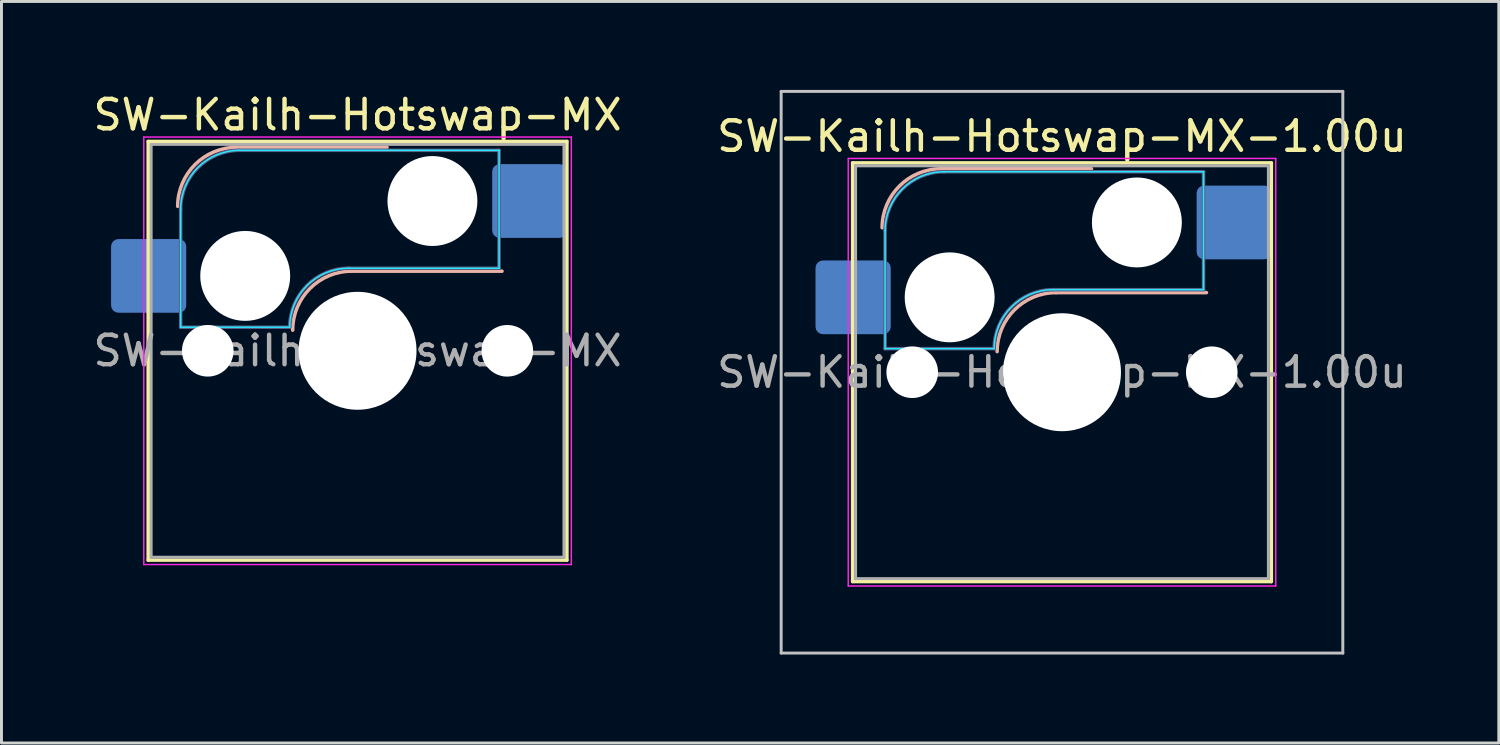
<source format=kicad_pcb>
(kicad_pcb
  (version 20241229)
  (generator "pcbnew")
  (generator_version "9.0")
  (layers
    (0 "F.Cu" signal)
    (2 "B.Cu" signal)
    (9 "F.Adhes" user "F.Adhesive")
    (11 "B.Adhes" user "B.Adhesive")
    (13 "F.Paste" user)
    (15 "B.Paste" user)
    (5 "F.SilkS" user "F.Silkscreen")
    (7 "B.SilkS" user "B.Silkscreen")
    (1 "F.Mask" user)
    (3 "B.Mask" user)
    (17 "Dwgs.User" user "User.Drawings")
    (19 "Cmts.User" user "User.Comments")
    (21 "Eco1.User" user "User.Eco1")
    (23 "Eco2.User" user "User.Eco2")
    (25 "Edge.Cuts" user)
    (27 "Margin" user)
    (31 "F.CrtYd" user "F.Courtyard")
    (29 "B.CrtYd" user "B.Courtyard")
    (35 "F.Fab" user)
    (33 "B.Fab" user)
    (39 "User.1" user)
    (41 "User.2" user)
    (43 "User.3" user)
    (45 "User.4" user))
  (footprint "SW-Kailh-Hotswap-MX-1.00u"
    (layer "F.Cu")
    (at 32.97 9.575)
    (property "Reference" "SW-Kailh-Hotswap-MX-1.00u" (at 0 -8 0) (layer "F.SilkS") (effects (font (size 1 1) (thickness 0.15))))
    (attr smd)
    (fp_line (start -7.1 -7.1) (end -7.1 7.1) (stroke (width 0.12) (type solid)) (layer "F.SilkS"))
    (fp_line (start -7.1 7.1) (end 7.1 7.1) (stroke (width 0.12) (type solid)) (layer "F.SilkS"))
    (fp_line (start 7.1 -7.1) (end -7.1 -7.1) (stroke (width 0.12) (type solid)) (layer "F.SilkS"))
    (fp_line (start 7.1 7.1) (end 7.1 -7.1) (stroke (width 0.12) (type solid)) (layer "F.SilkS"))
    (fp_line (start -4.1 -6.9) (end 1 -6.9) (stroke (width 0.12) (type solid)) (layer "B.SilkS"))
    (fp_line (start -0.2 -2.7) (end 4.9 -2.7) (stroke (width 0.12) (type solid)) (layer "B.SilkS"))
    (fp_arc (start -6.1 -4.9) (mid -5.514214 -6.314214) (end -4.1 -6.9) (stroke (width 0.12) (type solid)) (layer "B.SilkS"))
    (fp_arc (start -2.2 -0.7) (mid -1.614214 -2.114214) (end -0.2 -2.7) (stroke (width 0.12) (type solid)) (layer "B.SilkS"))
    (fp_line (start -9.525 -9.525) (end -9.525 9.525) (stroke (width 0.1) (type solid)) (layer "Dwgs.User"))
    (fp_line (start -9.525 9.525) (end 9.525 9.525) (stroke (width 0.1) (type solid)) (layer "Dwgs.User"))
    (fp_line (start 9.525 -9.525) (end -9.525 -9.525) (stroke (width 0.1) (type solid)) (layer "Dwgs.User"))
    (fp_line (start 9.525 9.525) (end 9.525 -9.525) (stroke (width 0.1) (type solid)) (layer "Dwgs.User"))
    (fp_line (start -7.8 -6) (end -7 -6) (stroke (width 0.1) (type solid)) (layer "Eco1.User"))
    (fp_line (start -7.8 -2.9) (end -7.8 -6) (stroke (width 0.1) (type solid)) (layer "Eco1.User"))
    (fp_line (start -7.8 2.9) (end -7 2.9) (stroke (width 0.1) (type solid)) (layer "Eco1.User"))
    (fp_line (start -7.8 6) (end -7.8 2.9) (stroke (width 0.1) (type solid)) (layer "Eco1.User"))
    (fp_line (start -7 -7) (end 7 -7) (stroke (width 0.1) (type solid)) (layer "Eco1.User"))
    (fp_line (start -7 -6) (end -7 -7) (stroke (width 0.1) (type solid)) (layer "Eco1.User"))
    (fp_line (start -7 -2.9) (end -7.8 -2.9) (stroke (width 0.1) (type solid)) (layer "Eco1.User"))
    (fp_line (start -7 2.9) (end -7 -2.9) (stroke (width 0.1) (type solid)) (layer "Eco1.User"))
    (fp_line (start -7 6) (end -7.8 6) (stroke (width 0.1) (type solid)) (layer "Eco1.User"))
    (fp_line (start -7 7) (end -7 6) (stroke (width 0.1) (type solid)) (layer "Eco1.User"))
    (fp_line (start 7 -7) (end 7 -6) (stroke (width 0.1) (type solid)) (layer "Eco1.User"))
    (fp_line (start 7 -6) (end 7.8 -6) (stroke (width 0.1) (type solid)) (layer "Eco1.User"))
    (fp_line (start 7 -2.9) (end 7 2.9) (stroke (width 0.1) (type solid)) (layer "Eco1.User"))
    (fp_line (start 7 2.9) (end 7.8 2.9) (stroke (width 0.1) (type solid)) (layer "Eco1.User"))
    (fp_line (start 7 6) (end 7 7) (stroke (width 0.1) (type solid)) (layer "Eco1.User"))
    (fp_line (start 7 7) (end -7 7) (stroke (width 0.1) (type solid)) (layer "Eco1.User"))
    (fp_line (start 7.8 -6) (end 7.8 -2.9) (stroke (width 0.1) (type solid)) (layer "Eco1.User"))
    (fp_line (start 7.8 -2.9) (end 7 -2.9) (stroke (width 0.1) (type solid)) (layer "Eco1.User"))
    (fp_line (start 7.8 2.9) (end 7.8 6) (stroke (width 0.1) (type solid)) (layer "Eco1.User"))
    (fp_line (start 7.8 6) (end 7 6) (stroke (width 0.1) (type solid)) (layer "Eco1.User"))
    (fp_line (start -6 -0.8) (end -6 -4.8) (stroke (width 0.05) (type solid)) (layer "B.CrtYd"))
    (fp_line (start -6 -0.8) (end -2.3 -0.8) (stroke (width 0.05) (type solid)) (layer "B.CrtYd"))
    (fp_line (start -4 -6.8) (end 4.8 -6.8) (stroke (width 0.05) (type solid)) (layer "B.CrtYd"))
    (fp_line (start -0.3 -2.8) (end 4.8 -2.8) (stroke (width 0.05) (type solid)) (layer "B.CrtYd"))
    (fp_line (start 4.8 -6.8) (end 4.8 -2.8) (stroke (width 0.05) (type solid)) (layer "B.CrtYd"))
    (fp_arc (start -6 -4.8) (mid -5.414214 -6.214214) (end -4 -6.8) (stroke (width 0.05) (type solid)) (layer "B.CrtYd"))
    (fp_arc (start -2.3 -0.8) (mid -1.714214 -2.214214) (end -0.3 -2.8) (stroke (width 0.05) (type solid)) (layer "B.CrtYd"))
    (fp_line (start -7.25 -7.25) (end -7.25 7.25) (stroke (width 0.05) (type solid)) (layer "F.CrtYd"))
    (fp_line (start -7.25 7.25) (end 7.25 7.25) (stroke (width 0.05) (type solid)) (layer "F.CrtYd"))
    (fp_line (start 7.25 -7.25) (end -7.25 -7.25) (stroke (width 0.05) (type solid)) (layer "F.CrtYd"))
    (fp_line (start 7.25 7.25) (end 7.25 -7.25) (stroke (width 0.05) (type solid)) (layer "F.CrtYd"))
    (fp_line (start -6 -0.8) (end -6 -4.8) (stroke (width 0.12) (type solid)) (layer "B.Fab"))
    (fp_line (start -6 -0.8) (end -2.3 -0.8) (stroke (width 0.12) (type solid)) (layer "B.Fab"))
    (fp_line (start -4 -6.8) (end 4.8 -6.8) (stroke (width 0.12) (type solid)) (layer "B.Fab"))
    (fp_line (start -0.3 -2.8) (end 4.8 -2.8) (stroke (width 0.12) (type solid)) (layer "B.Fab"))
    (fp_line (start 4.8 -6.8) (end 4.8 -2.8) (stroke (width 0.12) (type solid)) (layer "B.Fab"))
    (fp_arc (start -6 -4.8) (mid -5.414214 -6.214214) (end -4 -6.8) (stroke (width 0.12) (type solid)) (layer "B.Fab"))
    (fp_arc (start -2.3 -0.8) (mid -1.714214 -2.214214) (end -0.3 -2.8) (stroke (width 0.12) (type solid)) (layer "B.Fab"))
    (fp_line (start -7 -7) (end -7 7) (stroke (width 0.1) (type solid)) (layer "F.Fab"))
    (fp_line (start -7 7) (end 7 7) (stroke (width 0.1) (type solid)) (layer "F.Fab"))
    (fp_line (start 7 -7) (end -7 -7) (stroke (width 0.1) (type solid)) (layer "F.Fab"))
    (fp_line (start 7 7) (end 7 -7) (stroke (width 0.1) (type solid)) (layer "F.Fab"))
    (fp_text user "${REFERENCE}" (at 0 0 0) (layer "F.Fab") (effects (font (size 1 1) (thickness 0.15))))
    (pad "" np_thru_hole circle (at -5.08 0) (size 1.75 1.75) (drill 1.75) (layers "*.Cu" "*.Mask"))
    (pad "" np_thru_hole circle (at -3.81 -2.54) (size 3.05 3.05) (drill 3.05) (layers "*.Cu" "*.Mask"))
    (pad "" np_thru_hole circle (at 0 0) (size 4 4) (drill 4) (layers "*.Cu" "*.Mask"))
    (pad "" np_thru_hole circle (at 2.54 -5.08) (size 3.05 3.05) (drill 3.05) (layers "*.Cu" "*.Mask"))
    (pad "" np_thru_hole circle (at 5.08 0) (size 1.75 1.75) (drill 1.75) (layers "*.Cu" "*.Mask"))
    (pad "1" smd roundrect (at -7.085 -2.54) (size 2.55 2.5) (layers "B.Cu" "B.Mask" "B.Paste") (roundrect_rratio 0.1))
    (pad "2" smd roundrect (at 5.842 -5.08) (size 2.55 2.5) (layers "B.Cu" "B.Mask" "B.Paste") (roundrect_rratio 0.1)))
  (footprint "SW-Kailh-Hotswap-MX"
    (layer "F.Cu")
    (at 9.077 8.848)
    (property "Reference" "SW-Kailh-Hotswap-MX" (at 0 -8 0) (layer "F.SilkS") (effects (font (size 1 1) (thickness 0.15))))
    (attr smd)
    (fp_line (start -7.1 -7.1) (end -7.1 7.1) (stroke (width 0.12) (type solid)) (layer "F.SilkS"))
    (fp_line (start -7.1 7.1) (end 7.1 7.1) (stroke (width 0.12) (type solid)) (layer "F.SilkS"))
    (fp_line (start 7.1 -7.1) (end -7.1 -7.1) (stroke (width 0.12) (type solid)) (layer "F.SilkS"))
    (fp_line (start 7.1 7.1) (end 7.1 -7.1) (stroke (width 0.12) (type solid)) (layer "F.SilkS"))
    (fp_line (start -4.1 -6.9) (end 1 -6.9) (stroke (width 0.12) (type solid)) (layer "B.SilkS"))
    (fp_line (start -0.2 -2.7) (end 4.9 -2.7) (stroke (width 0.12) (type solid)) (layer "B.SilkS"))
    (fp_arc (start -6.1 -4.9) (mid -5.514214 -6.314214) (end -4.1 -6.9) (stroke (width 0.12) (type solid)) (layer "B.SilkS"))
    (fp_arc (start -2.2 -0.7) (mid -1.614214 -2.114214) (end -0.2 -2.7) (stroke (width 0.12) (type solid)) (layer "B.SilkS"))
    (fp_line (start -7.8 -6) (end -7 -6) (stroke (width 0.1) (type solid)) (layer "Eco1.User"))
    (fp_line (start -7.8 -2.9) (end -7.8 -6) (stroke (width 0.1) (type solid)) (layer "Eco1.User"))
    (fp_line (start -7.8 2.9) (end -7 2.9) (stroke (width 0.1) (type solid)) (layer "Eco1.User"))
    (fp_line (start -7.8 6) (end -7.8 2.9) (stroke (width 0.1) (type solid)) (layer "Eco1.User"))
    (fp_line (start -7 -7) (end 7 -7) (stroke (width 0.1) (type solid)) (layer "Eco1.User"))
    (fp_line (start -7 -6) (end -7 -7) (stroke (width 0.1) (type solid)) (layer "Eco1.User"))
    (fp_line (start -7 -2.9) (end -7.8 -2.9) (stroke (width 0.1) (type solid)) (layer "Eco1.User"))
    (fp_line (start -7 2.9) (end -7 -2.9) (stroke (width 0.1) (type solid)) (layer "Eco1.User"))
    (fp_line (start -7 6) (end -7.8 6) (stroke (width 0.1) (type solid)) (layer "Eco1.User"))
    (fp_line (start -7 7) (end -7 6) (stroke (width 0.1) (type solid)) (layer "Eco1.User"))
    (fp_line (start 7 -7) (end 7 -6) (stroke (width 0.1) (type solid)) (layer "Eco1.User"))
    (fp_line (start 7 -6) (end 7.8 -6) (stroke (width 0.1) (type solid)) (layer "Eco1.User"))
    (fp_line (start 7 -2.9) (end 7 2.9) (stroke (width 0.1) (type solid)) (layer "Eco1.User"))
    (fp_line (start 7 2.9) (end 7.8 2.9) (stroke (width 0.1) (type solid)) (layer "Eco1.User"))
    (fp_line (start 7 6) (end 7 7) (stroke (width 0.1) (type solid)) (layer "Eco1.User"))
    (fp_line (start 7 7) (end -7 7) (stroke (width 0.1) (type solid)) (layer "Eco1.User"))
    (fp_line (start 7.8 -6) (end 7.8 -2.9) (stroke (width 0.1) (type solid)) (layer "Eco1.User"))
    (fp_line (start 7.8 -2.9) (end 7 -2.9) (stroke (width 0.1) (type solid)) (layer "Eco1.User"))
    (fp_line (start 7.8 2.9) (end 7.8 6) (stroke (width 0.1) (type solid)) (layer "Eco1.User"))
    (fp_line (start 7.8 6) (end 7 6) (stroke (width 0.1) (type solid)) (layer "Eco1.User"))
    (fp_line (start -6 -0.8) (end -6 -4.8) (stroke (width 0.05) (type solid)) (layer "B.CrtYd"))
    (fp_line (start -6 -0.8) (end -2.3 -0.8) (stroke (width 0.05) (type solid)) (layer "B.CrtYd"))
    (fp_line (start -4 -6.8) (end 4.8 -6.8) (stroke (width 0.05) (type solid)) (layer "B.CrtYd"))
    (fp_line (start -0.3 -2.8) (end 4.8 -2.8) (stroke (width 0.05) (type solid)) (layer "B.CrtYd"))
    (fp_line (start 4.8 -6.8) (end 4.8 -2.8) (stroke (width 0.05) (type solid)) (layer "B.CrtYd"))
    (fp_arc (start -6 -4.8) (mid -5.414214 -6.214214) (end -4 -6.8) (stroke (width 0.05) (type solid)) (layer "B.CrtYd"))
    (fp_arc (start -2.3 -0.8) (mid -1.714214 -2.214214) (end -0.3 -2.8) (stroke (width 0.05) (type solid)) (layer "B.CrtYd"))
    (fp_line (start -7.25 -7.25) (end -7.25 7.25) (stroke (width 0.05) (type solid)) (layer "F.CrtYd"))
    (fp_line (start -7.25 7.25) (end 7.25 7.25) (stroke (width 0.05) (type solid)) (layer "F.CrtYd"))
    (fp_line (start 7.25 -7.25) (end -7.25 -7.25) (stroke (width 0.05) (type solid)) (layer "F.CrtYd"))
    (fp_line (start 7.25 7.25) (end 7.25 -7.25) (stroke (width 0.05) (type solid)) (layer "F.CrtYd"))
    (fp_line (start -6 -0.8) (end -6 -4.8) (stroke (width 0.12) (type solid)) (layer "B.Fab"))
    (fp_line (start -6 -0.8) (end -2.3 -0.8) (stroke (width 0.12) (type solid)) (layer "B.Fab"))
    (fp_line (start -4 -6.8) (end 4.8 -6.8) (stroke (width 0.12) (type solid)) (layer "B.Fab"))
    (fp_line (start -0.3 -2.8) (end 4.8 -2.8) (stroke (width 0.12) (type solid)) (layer "B.Fab"))
    (fp_line (start 4.8 -6.8) (end 4.8 -2.8) (stroke (width 0.12) (type solid)) (layer "B.Fab"))
    (fp_arc (start -6 -4.8) (mid -5.414214 -6.214214) (end -4 -6.8) (stroke (width 0.12) (type solid)) (layer "B.Fab"))
    (fp_arc (start -2.3 -0.8) (mid -1.714214 -2.214214) (end -0.3 -2.8) (stroke (width 0.12) (type solid)) (layer "B.Fab"))
    (fp_line (start -7 -7) (end -7 7) (stroke (width 0.1) (type solid)) (layer "F.Fab"))
    (fp_line (start -7 7) (end 7 7) (stroke (width 0.1) (type solid)) (layer "F.Fab"))
    (fp_line (start 7 -7) (end -7 -7) (stroke (width 0.1) (type solid)) (layer "F.Fab"))
    (fp_line (start 7 7) (end 7 -7) (stroke (width 0.1) (type solid)) (layer "F.Fab"))
    (fp_text user "${REFERENCE}" (at 0 0 0) (layer "F.Fab") (effects (font (size 1 1) (thickness 0.15))))
    (pad "" np_thru_hole circle (at -5.08 0) (size 1.75 1.75) (drill 1.75) (layers "*.Cu" "*.Mask"))
    (pad "" np_thru_hole circle (at -3.81 -2.54) (size 3.05 3.05) (drill 3.05) (layers "*.Cu" "*.Mask"))
    (pad "" np_thru_hole circle (at 0 0) (size 4 4) (drill 4) (layers "*.Cu" "*.Mask"))
    (pad "" np_thru_hole circle (at 2.54 -5.08) (size 3.05 3.05) (drill 3.05) (layers "*.Cu" "*.Mask"))
    (pad "" np_thru_hole circle (at 5.08 0) (size 1.75 1.75) (drill 1.75) (layers "*.Cu" "*.Mask"))
    (pad "1" smd roundrect (at -7.085 -2.54) (size 2.55 2.5) (layers "B.Cu" "B.Mask" "B.Paste") (roundrect_rratio 0.1))
    (pad "2" smd roundrect (at 5.842 -5.08) (size 2.55 2.5) (layers "B.Cu" "B.Mask" "B.Paste") (roundrect_rratio 0.1)))
  (gr_rect
    (start -3 -3)
    (end 47.786 22.15)
    (stroke (width 0.1) (type default))
    (fill no)
    (layer "Edge.Cuts")))
</source>
